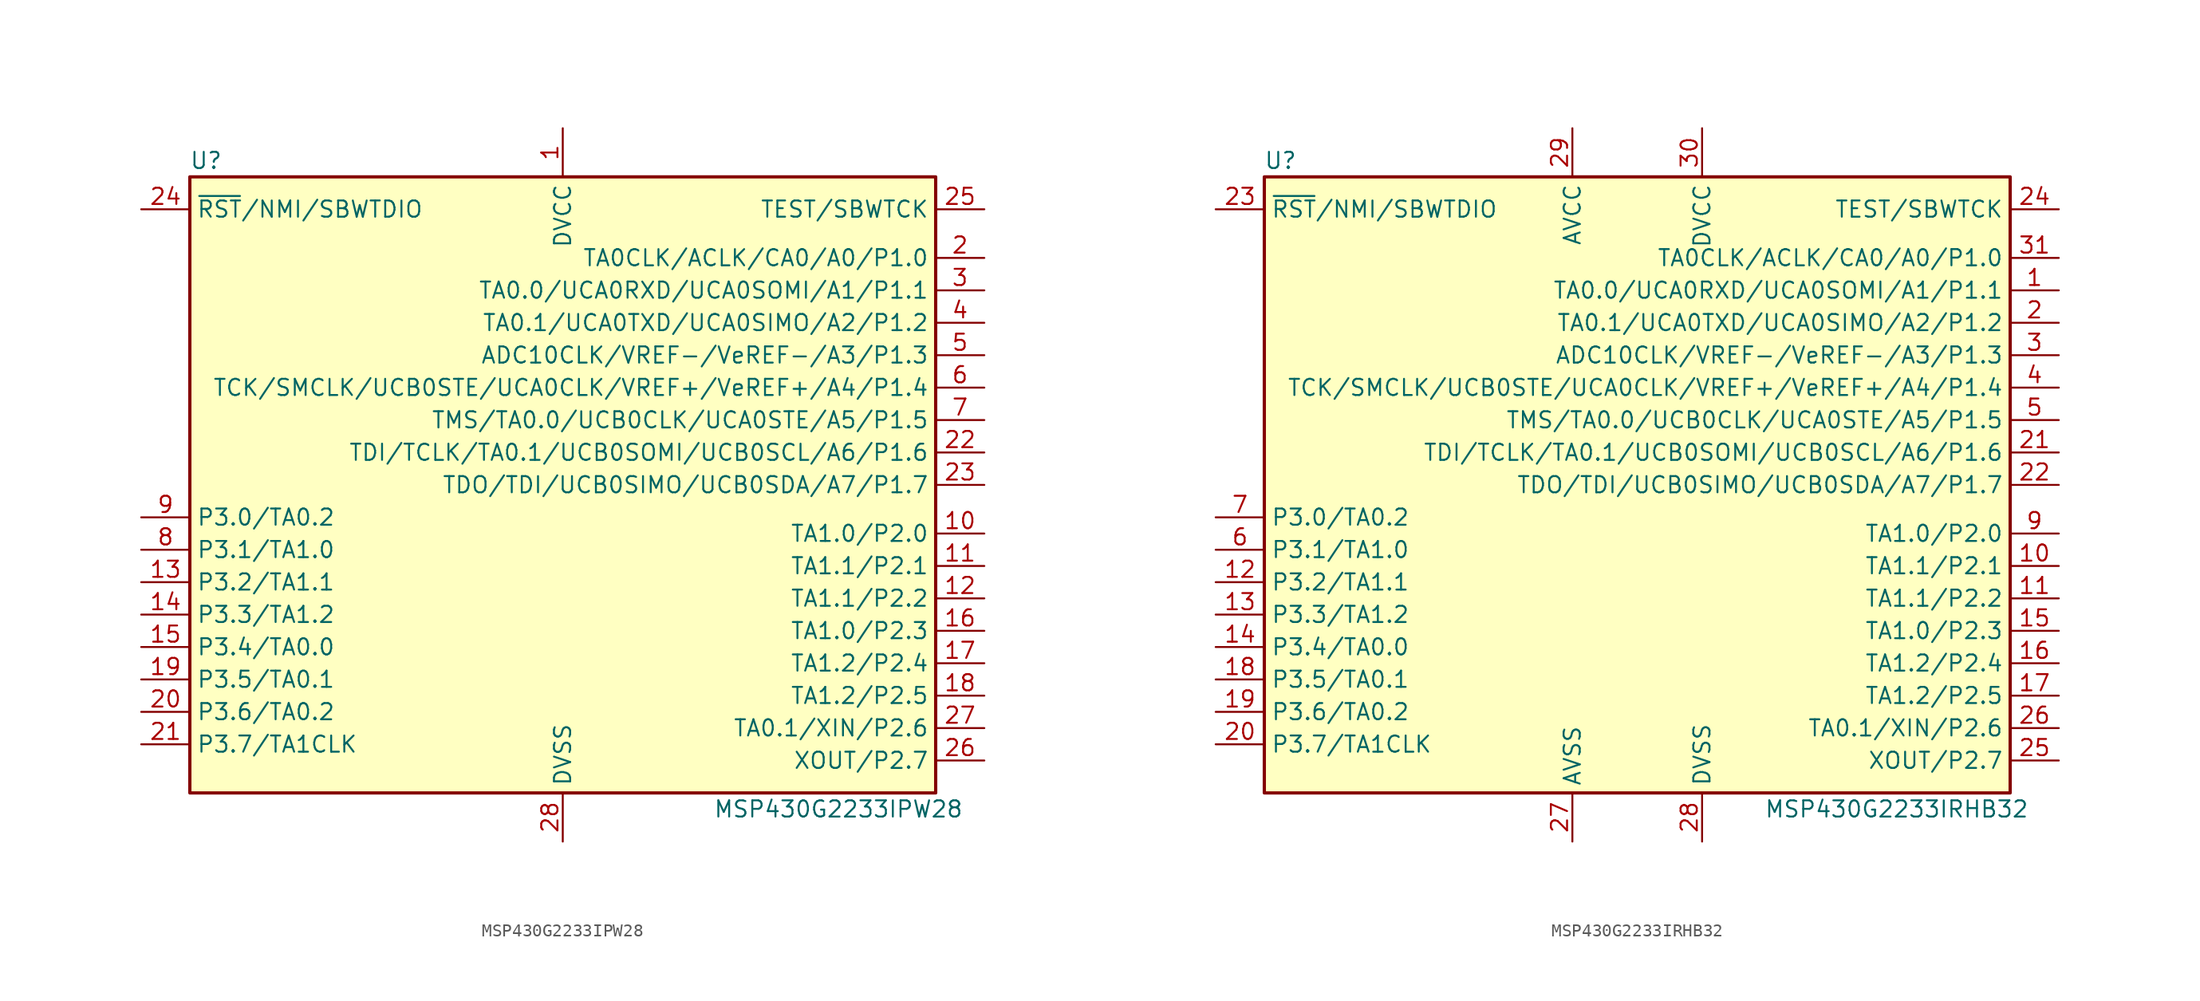
<source format=kicad_sym>
(kicad_symbol_lib
  (version 20201005)
  (generator kicad_symbol_editor)
  (symbol "MCU_Texas_MSP430:MSP430G2233IPW28"
    (property "Reference" "U"
      (at -27.94 25.4 0)
      (effects (font (size 1.27 1.27))))
    (property "Value" "MSP430G2233IPW28"
      (at 21.59 -25.4 0)
      (effects (font (size 1.27 1.27))))
    (symbol "MSP430G2233IPW28_0_1"
      (rectangle (start -29.21 24.13) (end 29.21 -24.13) (stroke (width 0.254)) (fill (type background))))
    (symbol "MSP430G2233IPW28_1_1"
      (pin power_in line (at 0 27.94 270) (length 3.81) (name "DVCC" (effects (font (size 1.27 1.27)))) (number "1" (effects (font (size 1.27 1.27)))))
      (pin bidirectional line (at 33.02 -3.81 180) (length 3.81) (name "TA1.0/P2.0" (effects (font (size 1.27 1.27)))) (number "10" (effects (font (size 1.27 1.27)))))
      (pin bidirectional line (at 33.02 -6.35 180) (length 3.81) (name "TA1.1/P2.1" (effects (font (size 1.27 1.27)))) (number "11" (effects (font (size 1.27 1.27)))))
      (pin bidirectional line (at 33.02 -8.89 180) (length 3.81) (name "TA1.1/P2.2" (effects (font (size 1.27 1.27)))) (number "12" (effects (font (size 1.27 1.27)))))
      (pin bidirectional line (at -33.02 -7.62 0) (length 3.81) (name "P3.2/TA1.1" (effects (font (size 1.27 1.27)))) (number "13" (effects (font (size 1.27 1.27)))))
      (pin bidirectional line (at -33.02 -10.16 0) (length 3.81) (name "P3.3/TA1.2" (effects (font (size 1.27 1.27)))) (number "14" (effects (font (size 1.27 1.27)))))
      (pin bidirectional line (at -33.02 -12.7 0) (length 3.81) (name "P3.4/TA0.0" (effects (font (size 1.27 1.27)))) (number "15" (effects (font (size 1.27 1.27)))))
      (pin bidirectional line (at 33.02 -11.43 180) (length 3.81) (name "TA1.0/P2.3" (effects (font (size 1.27 1.27)))) (number "16" (effects (font (size 1.27 1.27)))))
      (pin bidirectional line (at 33.02 -13.97 180) (length 3.81) (name "TA1.2/P2.4" (effects (font (size 1.27 1.27)))) (number "17" (effects (font (size 1.27 1.27)))))
      (pin bidirectional line (at 33.02 -16.51 180) (length 3.81) (name "TA1.2/P2.5" (effects (font (size 1.27 1.27)))) (number "18" (effects (font (size 1.27 1.27)))))
      (pin bidirectional line (at -33.02 -15.24 0) (length 3.81) (name "P3.5/TA0.1" (effects (font (size 1.27 1.27)))) (number "19" (effects (font (size 1.27 1.27)))))
      (pin bidirectional line (at 33.02 17.78 180) (length 3.81) (name "TA0CLK/ACLK/CA0/A0/P1.0" (effects (font (size 1.27 1.27)))) (number "2" (effects (font (size 1.27 1.27)))))
      (pin bidirectional line (at -33.02 -17.78 0) (length 3.81) (name "P3.6/TA0.2" (effects (font (size 1.27 1.27)))) (number "20" (effects (font (size 1.27 1.27)))))
      (pin bidirectional line (at -33.02 -20.32 0) (length 3.81) (name "P3.7/TA1CLK" (effects (font (size 1.27 1.27)))) (number "21" (effects (font (size 1.27 1.27)))))
      (pin bidirectional line (at 33.02 2.54 180) (length 3.81) (name "TDI/TCLK/TA0.1/UCB0SOMI/UCB0SCL/A6/P1.6" (effects (font (size 1.27 1.27)))) (number "22" (effects (font (size 1.27 1.27)))))
      (pin bidirectional line (at 33.02 0 180) (length 3.81) (name "TDO/TDI/UCB0SIMO/UCB0SDA/A7/P1.7" (effects (font (size 1.27 1.27)))) (number "23" (effects (font (size 1.27 1.27)))))
      (pin input line (at -33.02 21.59 0) (length 3.81) (name "~RST~/NMI/SBWTDIO" (effects (font (size 1.27 1.27)))) (number "24" (effects (font (size 1.27 1.27)))))
      (pin input line (at 33.02 21.59 180) (length 3.81) (name "TEST/SBWTCK" (effects (font (size 1.27 1.27)))) (number "25" (effects (font (size 1.27 1.27)))))
      (pin bidirectional line (at 33.02 -21.59 180) (length 3.81) (name "XOUT/P2.7" (effects (font (size 1.27 1.27)))) (number "26" (effects (font (size 1.27 1.27)))))
      (pin bidirectional line (at 33.02 -19.05 180) (length 3.81) (name "TA0.1/XIN/P2.6" (effects (font (size 1.27 1.27)))) (number "27" (effects (font (size 1.27 1.27)))))
      (pin power_in line (at 0 -27.94 90) (length 3.81) (name "DVSS" (effects (font (size 1.27 1.27)))) (number "28" (effects (font (size 1.27 1.27)))))
      (pin bidirectional line (at 33.02 15.24 180) (length 3.81) (name "TA0.0/UCA0RXD/UCA0SOMI/A1/P1.1" (effects (font (size 1.27 1.27)))) (number "3" (effects (font (size 1.27 1.27)))))
      (pin bidirectional line (at 33.02 12.7 180) (length 3.81) (name "TA0.1/UCA0TXD/UCA0SIMO/A2/P1.2" (effects (font (size 1.27 1.27)))) (number "4" (effects (font (size 1.27 1.27)))))
      (pin bidirectional line (at 33.02 10.16 180) (length 3.81) (name "ADC10CLK/VREF-/VeREF-/A3/P1.3" (effects (font (size 1.27 1.27)))) (number "5" (effects (font (size 1.27 1.27)))))
      (pin bidirectional line (at 33.02 7.62 180) (length 3.81) (name "TCK/SMCLK/UCB0STE/UCA0CLK/VREF+/VeREF+/A4/P1.4" (effects (font (size 1.27 1.27)))) (number "6" (effects (font (size 1.27 1.27)))))
      (pin bidirectional line (at 33.02 5.08 180) (length 3.81) (name "TMS/TA0.0/UCB0CLK/UCA0STE/A5/P1.5" (effects (font (size 1.27 1.27)))) (number "7" (effects (font (size 1.27 1.27)))))
      (pin bidirectional line (at -33.02 -5.08 0) (length 3.81) (name "P3.1/TA1.0" (effects (font (size 1.27 1.27)))) (number "8" (effects (font (size 1.27 1.27)))))
      (pin bidirectional line (at -33.02 -2.54 0) (length 3.81) (name "P3.0/TA0.2" (effects (font (size 1.27 1.27)))) (number "9" (effects (font (size 1.27 1.27)))))))
  (symbol "MCU_Texas_MSP430:MSP430G2233IRHB32"
    (property "Reference" "U"
      (at -27.94 25.4 0)
      (effects (font (size 1.27 1.27))))
    (property "Value" "MSP430G2233IRHB32"
      (at 20.32 -25.4 0)
      (effects (font (size 1.27 1.27))))
    (symbol "MSP430G2233IRHB32_0_1"
      (rectangle (start -29.21 24.13) (end 29.21 -24.13) (stroke (width 0.254)) (fill (type background))))
    (symbol "MSP430G2233IRHB32_1_1"
      (pin bidirectional line (at 33.02 15.24 180) (length 3.81) (name "TA0.0/UCA0RXD/UCA0SOMI/A1/P1.1" (effects (font (size 1.27 1.27)))) (number "1" (effects (font (size 1.27 1.27)))))
      (pin bidirectional line (at 33.02 -6.35 180) (length 3.81) (name "TA1.1/P2.1" (effects (font (size 1.27 1.27)))) (number "10" (effects (font (size 1.27 1.27)))))
      (pin bidirectional line (at 33.02 -8.89 180) (length 3.81) (name "TA1.1/P2.2" (effects (font (size 1.27 1.27)))) (number "11" (effects (font (size 1.27 1.27)))))
      (pin bidirectional line (at -33.02 -7.62 0) (length 3.81) (name "P3.2/TA1.1" (effects (font (size 1.27 1.27)))) (number "12" (effects (font (size 1.27 1.27)))))
      (pin bidirectional line (at -33.02 -10.16 0) (length 3.81) (name "P3.3/TA1.2" (effects (font (size 1.27 1.27)))) (number "13" (effects (font (size 1.27 1.27)))))
      (pin bidirectional line (at -33.02 -12.7 0) (length 3.81) (name "P3.4/TA0.0" (effects (font (size 1.27 1.27)))) (number "14" (effects (font (size 1.27 1.27)))))
      (pin bidirectional line (at 33.02 -11.43 180) (length 3.81) (name "TA1.0/P2.3" (effects (font (size 1.27 1.27)))) (number "15" (effects (font (size 1.27 1.27)))))
      (pin bidirectional line (at 33.02 -13.97 180) (length 3.81) (name "TA1.2/P2.4" (effects (font (size 1.27 1.27)))) (number "16" (effects (font (size 1.27 1.27)))))
      (pin bidirectional line (at 33.02 -16.51 180) (length 3.81) (name "TA1.2/P2.5" (effects (font (size 1.27 1.27)))) (number "17" (effects (font (size 1.27 1.27)))))
      (pin bidirectional line (at -33.02 -15.24 0) (length 3.81) (name "P3.5/TA0.1" (effects (font (size 1.27 1.27)))) (number "18" (effects (font (size 1.27 1.27)))))
      (pin bidirectional line (at -33.02 -17.78 0) (length 3.81) (name "P3.6/TA0.2" (effects (font (size 1.27 1.27)))) (number "19" (effects (font (size 1.27 1.27)))))
      (pin bidirectional line (at 33.02 12.7 180) (length 3.81) (name "TA0.1/UCA0TXD/UCA0SIMO/A2/P1.2" (effects (font (size 1.27 1.27)))) (number "2" (effects (font (size 1.27 1.27)))))
      (pin bidirectional line (at -33.02 -20.32 0) (length 3.81) (name "P3.7/TA1CLK" (effects (font (size 1.27 1.27)))) (number "20" (effects (font (size 1.27 1.27)))))
      (pin bidirectional line (at 33.02 2.54 180) (length 3.81) (name "TDI/TCLK/TA0.1/UCB0SOMI/UCB0SCL/A6/P1.6" (effects (font (size 1.27 1.27)))) (number "21" (effects (font (size 1.27 1.27)))))
      (pin bidirectional line (at 33.02 0 180) (length 3.81) (name "TDO/TDI/UCB0SIMO/UCB0SDA/A7/P1.7" (effects (font (size 1.27 1.27)))) (number "22" (effects (font (size 1.27 1.27)))))
      (pin input line (at -33.02 21.59 0) (length 3.81) (name "~RST~/NMI/SBWTDIO" (effects (font (size 1.27 1.27)))) (number "23" (effects (font (size 1.27 1.27)))))
      (pin input line (at 33.02 21.59 180) (length 3.81) (name "TEST/SBWTCK" (effects (font (size 1.27 1.27)))) (number "24" (effects (font (size 1.27 1.27)))))
      (pin bidirectional line (at 33.02 -21.59 180) (length 3.81) (name "XOUT/P2.7" (effects (font (size 1.27 1.27)))) (number "25" (effects (font (size 1.27 1.27)))))
      (pin bidirectional line (at 33.02 -19.05 180) (length 3.81) (name "TA0.1/XIN/P2.6" (effects (font (size 1.27 1.27)))) (number "26" (effects (font (size 1.27 1.27)))))
      (pin power_in line (at -5.08 -27.94 90) (length 3.81) (name "AVSS" (effects (font (size 1.27 1.27)))) (number "27" (effects (font (size 1.27 1.27)))))
      (pin power_in line (at 5.08 -27.94 90) (length 3.81) (name "DVSS" (effects (font (size 1.27 1.27)))) (number "28" (effects (font (size 1.27 1.27)))))
      (pin power_in line (at -5.08 27.94 270) (length 3.81) (name "AVCC" (effects (font (size 1.27 1.27)))) (number "29" (effects (font (size 1.27 1.27)))))
      (pin bidirectional line (at 33.02 10.16 180) (length 3.81) (name "ADC10CLK/VREF-/VeREF-/A3/P1.3" (effects (font (size 1.27 1.27)))) (number "3" (effects (font (size 1.27 1.27)))))
      (pin power_in line (at 5.08 27.94 270) (length 3.81) (name "DVCC" (effects (font (size 1.27 1.27)))) (number "30" (effects (font (size 1.27 1.27)))))
      (pin bidirectional line (at 33.02 17.78 180) (length 3.81) (name "TA0CLK/ACLK/CA0/A0/P1.0" (effects (font (size 1.27 1.27)))) (number "31" (effects (font (size 1.27 1.27)))))
      (pin bidirectional line (at 33.02 7.62 180) (length 3.81) (name "TCK/SMCLK/UCB0STE/UCA0CLK/VREF+/VeREF+/A4/P1.4" (effects (font (size 1.27 1.27)))) (number "4" (effects (font (size 1.27 1.27)))))
      (pin bidirectional line (at 33.02 5.08 180) (length 3.81) (name "TMS/TA0.0/UCB0CLK/UCA0STE/A5/P1.5" (effects (font (size 1.27 1.27)))) (number "5" (effects (font (size 1.27 1.27)))))
      (pin bidirectional line (at -33.02 -5.08 0) (length 3.81) (name "P3.1/TA1.0" (effects (font (size 1.27 1.27)))) (number "6" (effects (font (size 1.27 1.27)))))
      (pin bidirectional line (at -33.02 -2.54 0) (length 3.81) (name "P3.0/TA0.2" (effects (font (size 1.27 1.27)))) (number "7" (effects (font (size 1.27 1.27)))))
      (pin bidirectional line (at 33.02 -3.81 180) (length 3.81) (name "TA1.0/P2.0" (effects (font (size 1.27 1.27)))) (number "9" (effects (font (size 1.27 1.27))))))))
</source>
